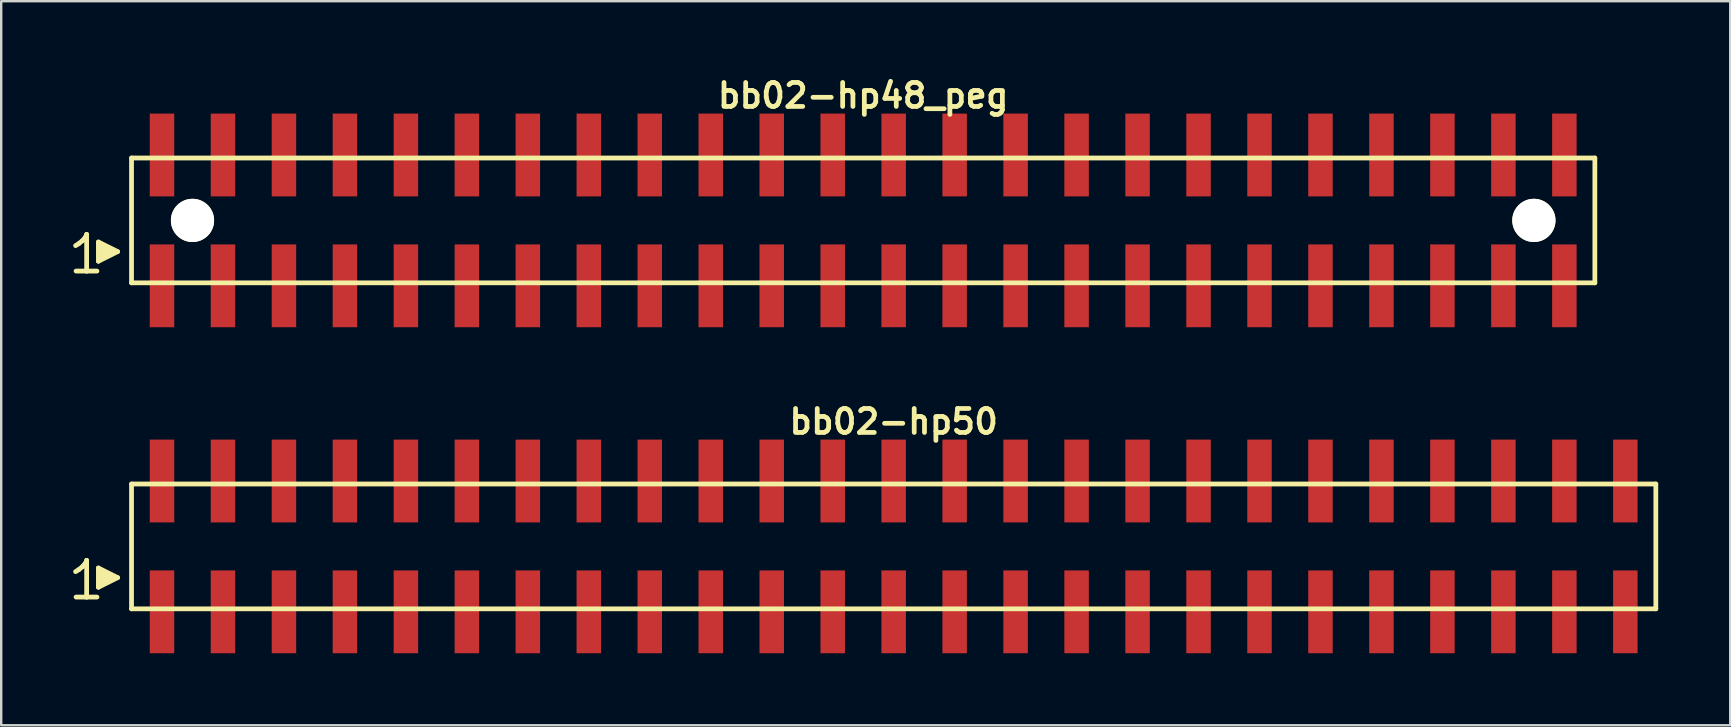
<source format=kicad_pcb>
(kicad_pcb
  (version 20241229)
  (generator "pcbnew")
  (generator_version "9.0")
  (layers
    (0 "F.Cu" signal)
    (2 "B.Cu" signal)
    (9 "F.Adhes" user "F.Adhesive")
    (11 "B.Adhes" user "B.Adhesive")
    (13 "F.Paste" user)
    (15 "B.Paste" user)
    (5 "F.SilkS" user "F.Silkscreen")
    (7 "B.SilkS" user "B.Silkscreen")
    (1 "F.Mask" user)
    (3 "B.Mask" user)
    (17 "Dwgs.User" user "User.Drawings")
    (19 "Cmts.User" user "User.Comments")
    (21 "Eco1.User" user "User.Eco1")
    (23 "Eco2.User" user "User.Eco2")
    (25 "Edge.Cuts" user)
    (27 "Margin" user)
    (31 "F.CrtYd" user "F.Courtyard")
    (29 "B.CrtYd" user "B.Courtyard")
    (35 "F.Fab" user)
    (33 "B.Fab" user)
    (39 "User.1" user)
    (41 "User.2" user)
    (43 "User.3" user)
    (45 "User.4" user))
  (footprint "bb02-hp48_peg"
    (layer "F.Cu")
    (at 32.909 6.132)
    (property "Reference" "bb02-hp48_peg" (at 0 -5.2 0) (layer "F.SilkS") (effects (font (size 0.998 0.998) (thickness 0.198))))
    (attr smd)
    (fp_line (start -32.81 1.05) (end -32.68 0.97) (stroke (width 0.198) (type solid)) (layer "F.SilkS"))
    (fp_line (start -32.68 0.97) (end -32.52 0.84) (stroke (width 0.198) (type solid)) (layer "F.SilkS"))
    (fp_line (start -32.52 0.84) (end -32.38 0.67) (stroke (width 0.198) (type solid)) (layer "F.SilkS"))
    (fp_line (start -32.38 0.67) (end -32.35 0.58) (stroke (width 0.198) (type solid)) (layer "F.SilkS"))
    (fp_line (start -32.35 0.58) (end -32.35 2.11) (stroke (width 0.198) (type solid)) (layer "F.SilkS"))
    (fp_line (start -32.35 2.11) (end -32.79 2.11) (stroke (width 0.198) (type solid)) (layer "F.SilkS"))
    (fp_line (start -31.92 2.11) (end -32.36 2.11) (stroke (width 0.198) (type solid)) (layer "F.SilkS"))
    (fp_line (start -31.86 0.9) (end -31.06 1.3) (stroke (width 0.198) (type solid)) (layer "F.SilkS"))
    (fp_line (start -31.86 1.7) (end -31.86 0.9) (stroke (width 0.198) (type solid)) (layer "F.SilkS"))
    (fp_line (start -31.76 1.6) (end -31.76 1) (stroke (width 0.198) (type solid)) (layer "F.SilkS"))
    (fp_line (start -31.66 1.1) (end -31.66 1.5) (stroke (width 0.198) (type solid)) (layer "F.SilkS"))
    (fp_line (start -31.56 1.5) (end -31.56 1.1) (stroke (width 0.198) (type solid)) (layer "F.SilkS"))
    (fp_line (start -31.46 1.2) (end -31.46 1.4) (stroke (width 0.198) (type solid)) (layer "F.SilkS"))
    (fp_line (start -31.36 1.4) (end -31.36 1.2) (stroke (width 0.198) (type solid)) (layer "F.SilkS"))
    (fp_line (start -31.06 1.3) (end -31.86 1.7) (stroke (width 0.198) (type solid)) (layer "F.SilkS"))
    (fp_line (start -30.48 -2.6) (end -30.48 2.6) (stroke (width 0.198) (type solid)) (layer "F.SilkS"))
    (fp_line (start -30.48 -2.6) (end 30.48 -2.6) (stroke (width 0.198) (type solid)) (layer "F.SilkS"))
    (fp_line (start 30.48 2.6) (end -30.48 2.6) (stroke (width 0.198) (type solid)) (layer "F.SilkS"))
    (fp_line (start 30.48 2.6) (end 30.48 -2.6) (stroke (width 0.198) (type solid)) (layer "F.SilkS"))
    (pad "" np_thru_hole circle (at -27.94 0) (size 1.8 1.8) (drill 1.8) (layers "*.Cu" "*.Mask" "F.SilkS"))
    (pad "" np_thru_hole circle (at 27.94 0) (size 1.8 1.8) (drill 1.8) (layers "*.Cu" "*.Mask" "F.SilkS"))
    (pad "1" smd rect (at -29.21 2.725) (size 1.02 3.45) (layers "F.Cu" "F.Mask" "F.Paste"))
    (pad "2" smd rect (at -29.21 -2.725) (size 1.02 3.45) (layers "F.Cu" "F.Mask" "F.Paste"))
    (pad "3" smd rect (at -26.67 2.725) (size 1.02 3.45) (layers "F.Cu" "F.Mask" "F.Paste"))
    (pad "4" smd rect (at -26.67 -2.725) (size 1.02 3.45) (layers "F.Cu" "F.Mask" "F.Paste"))
    (pad "5" smd rect (at -24.13 2.725) (size 1.02 3.45) (layers "F.Cu" "F.Mask" "F.Paste"))
    (pad "6" smd rect (at -24.13 -2.725) (size 1.02 3.45) (layers "F.Cu" "F.Mask" "F.Paste"))
    (pad "7" smd rect (at -21.59 2.725) (size 1.02 3.45) (layers "F.Cu" "F.Mask" "F.Paste"))
    (pad "8" smd rect (at -21.59 -2.725) (size 1.02 3.45) (layers "F.Cu" "F.Mask" "F.Paste"))
    (pad "9" smd rect (at -19.05 2.725) (size 1.02 3.45) (layers "F.Cu" "F.Mask" "F.Paste"))
    (pad "10" smd rect (at -19.05 -2.725) (size 1.02 3.45) (layers "F.Cu" "F.Mask" "F.Paste"))
    (pad "11" smd rect (at -16.51 2.725) (size 1.02 3.45) (layers "F.Cu" "F.Mask" "F.Paste"))
    (pad "12" smd rect (at -16.51 -2.725) (size 1.02 3.45) (layers "F.Cu" "F.Mask" "F.Paste"))
    (pad "13" smd rect (at -13.97 2.725) (size 1.02 3.45) (layers "F.Cu" "F.Mask" "F.Paste"))
    (pad "14" smd rect (at -13.97 -2.725) (size 1.02 3.45) (layers "F.Cu" "F.Mask" "F.Paste"))
    (pad "15" smd rect (at -11.43 2.725) (size 1.02 3.45) (layers "F.Cu" "F.Mask" "F.Paste"))
    (pad "16" smd rect (at -11.43 -2.725) (size 1.02 3.45) (layers "F.Cu" "F.Mask" "F.Paste"))
    (pad "17" smd rect (at -8.89 2.725) (size 1.02 3.45) (layers "F.Cu" "F.Mask" "F.Paste"))
    (pad "18" smd rect (at -8.89 -2.725) (size 1.02 3.45) (layers "F.Cu" "F.Mask" "F.Paste"))
    (pad "19" smd rect (at -6.35 2.725) (size 1.02 3.45) (layers "F.Cu" "F.Mask" "F.Paste"))
    (pad "20" smd rect (at -6.35 -2.725) (size 1.02 3.45) (layers "F.Cu" "F.Mask" "F.Paste"))
    (pad "21" smd rect (at -3.81 2.725) (size 1.02 3.45) (layers "F.Cu" "F.Mask" "F.Paste"))
    (pad "22" smd rect (at -3.81 -2.725) (size 1.02 3.45) (layers "F.Cu" "F.Mask" "F.Paste"))
    (pad "23" smd rect (at -1.27 2.725) (size 1.02 3.45) (layers "F.Cu" "F.Mask" "F.Paste"))
    (pad "24" smd rect (at -1.27 -2.725) (size 1.02 3.45) (layers "F.Cu" "F.Mask" "F.Paste"))
    (pad "25" smd rect (at 1.27 2.725) (size 1.02 3.45) (layers "F.Cu" "F.Mask" "F.Paste"))
    (pad "26" smd rect (at 1.27 -2.725) (size 1.02 3.45) (layers "F.Cu" "F.Mask" "F.Paste"))
    (pad "27" smd rect (at 3.81 2.725) (size 1.02 3.45) (layers "F.Cu" "F.Mask" "F.Paste"))
    (pad "28" smd rect (at 3.81 -2.725) (size 1.02 3.45) (layers "F.Cu" "F.Mask" "F.Paste"))
    (pad "29" smd rect (at 6.35 2.725) (size 1.02 3.45) (layers "F.Cu" "F.Mask" "F.Paste"))
    (pad "30" smd rect (at 6.35 -2.725) (size 1.02 3.45) (layers "F.Cu" "F.Mask" "F.Paste"))
    (pad "31" smd rect (at 8.89 2.725) (size 1.02 3.45) (layers "F.Cu" "F.Mask" "F.Paste"))
    (pad "32" smd rect (at 8.89 -2.725) (size 1.02 3.45) (layers "F.Cu" "F.Mask" "F.Paste"))
    (pad "33" smd rect (at 11.43 2.725) (size 1.02 3.45) (layers "F.Cu" "F.Mask" "F.Paste"))
    (pad "34" smd rect (at 11.43 -2.725) (size 1.02 3.45) (layers "F.Cu" "F.Mask" "F.Paste"))
    (pad "35" smd rect (at 13.97 2.725) (size 1.02 3.45) (layers "F.Cu" "F.Mask" "F.Paste"))
    (pad "36" smd rect (at 13.97 -2.725) (size 1.02 3.45) (layers "F.Cu" "F.Mask" "F.Paste"))
    (pad "37" smd rect (at 16.51 2.725) (size 1.02 3.45) (layers "F.Cu" "F.Mask" "F.Paste"))
    (pad "38" smd rect (at 16.51 -2.725) (size 1.02 3.45) (layers "F.Cu" "F.Mask" "F.Paste"))
    (pad "39" smd rect (at 19.05 2.725) (size 1.02 3.45) (layers "F.Cu" "F.Mask" "F.Paste"))
    (pad "40" smd rect (at 19.05 -2.725) (size 1.02 3.45) (layers "F.Cu" "F.Mask" "F.Paste"))
    (pad "41" smd rect (at 21.59 2.725) (size 1.02 3.45) (layers "F.Cu" "F.Mask" "F.Paste"))
    (pad "42" smd rect (at 21.59 -2.725) (size 1.02 3.45) (layers "F.Cu" "F.Mask" "F.Paste"))
    (pad "43" smd rect (at 24.13 2.725) (size 1.02 3.45) (layers "F.Cu" "F.Mask" "F.Paste"))
    (pad "44" smd rect (at 24.13 -2.725) (size 1.02 3.45) (layers "F.Cu" "F.Mask" "F.Paste"))
    (pad "45" smd rect (at 26.67 2.725) (size 1.02 3.45) (layers "F.Cu" "F.Mask" "F.Paste"))
    (pad "46" smd rect (at 26.67 -2.725) (size 1.02 3.45) (layers "F.Cu" "F.Mask" "F.Paste"))
    (pad "47" smd rect (at 29.21 2.725) (size 1.02 3.45) (layers "F.Cu" "F.Mask" "F.Paste"))
    (pad "48" smd rect (at 29.21 -2.725) (size 1.02 3.45) (layers "F.Cu" "F.Mask" "F.Paste")))
  (footprint "bb02-hp50"
    (layer "F.Cu")
    (at 34.179 19.713)
    (property "Reference" "bb02-hp50" (at 0 -5.2 0) (layer "F.SilkS") (effects (font (size 0.998 0.998) (thickness 0.198))))
    (attr smd)
    (fp_line (start -34.08 1.05) (end -33.95 0.97) (stroke (width 0.198) (type solid)) (layer "F.SilkS"))
    (fp_line (start -33.95 0.97) (end -33.79 0.84) (stroke (width 0.198) (type solid)) (layer "F.SilkS"))
    (fp_line (start -33.79 0.84) (end -33.65 0.67) (stroke (width 0.198) (type solid)) (layer "F.SilkS"))
    (fp_line (start -33.65 0.67) (end -33.62 0.58) (stroke (width 0.198) (type solid)) (layer "F.SilkS"))
    (fp_line (start -33.62 0.58) (end -33.62 2.11) (stroke (width 0.198) (type solid)) (layer "F.SilkS"))
    (fp_line (start -33.62 2.11) (end -34.06 2.11) (stroke (width 0.198) (type solid)) (layer "F.SilkS"))
    (fp_line (start -33.19 2.11) (end -33.63 2.11) (stroke (width 0.198) (type solid)) (layer "F.SilkS"))
    (fp_line (start -33.13 0.9) (end -32.33 1.3) (stroke (width 0.198) (type solid)) (layer "F.SilkS"))
    (fp_line (start -33.13 1.7) (end -33.13 0.9) (stroke (width 0.198) (type solid)) (layer "F.SilkS"))
    (fp_line (start -33.03 1.6) (end -33.03 1) (stroke (width 0.198) (type solid)) (layer "F.SilkS"))
    (fp_line (start -32.93 1.1) (end -32.93 1.5) (stroke (width 0.198) (type solid)) (layer "F.SilkS"))
    (fp_line (start -32.83 1.5) (end -32.83 1.1) (stroke (width 0.198) (type solid)) (layer "F.SilkS"))
    (fp_line (start -32.73 1.2) (end -32.73 1.4) (stroke (width 0.198) (type solid)) (layer "F.SilkS"))
    (fp_line (start -32.63 1.4) (end -32.63 1.2) (stroke (width 0.198) (type solid)) (layer "F.SilkS"))
    (fp_line (start -32.33 1.3) (end -33.13 1.7) (stroke (width 0.198) (type solid)) (layer "F.SilkS"))
    (fp_line (start -31.75 -2.6) (end -31.75 2.6) (stroke (width 0.198) (type solid)) (layer "F.SilkS"))
    (fp_line (start -31.75 -2.6) (end 31.75 -2.6) (stroke (width 0.198) (type solid)) (layer "F.SilkS"))
    (fp_line (start 31.75 2.6) (end -31.75 2.6) (stroke (width 0.198) (type solid)) (layer "F.SilkS"))
    (fp_line (start 31.75 2.6) (end 31.75 -2.6) (stroke (width 0.198) (type solid)) (layer "F.SilkS"))
    (pad "1" smd rect (at -30.48 2.725) (size 1.02 3.45) (layers "F.Cu" "F.Mask" "F.Paste"))
    (pad "2" smd rect (at -30.48 -2.725) (size 1.02 3.45) (layers "F.Cu" "F.Mask" "F.Paste"))
    (pad "3" smd rect (at -27.94 2.725) (size 1.02 3.45) (layers "F.Cu" "F.Mask" "F.Paste"))
    (pad "4" smd rect (at -27.94 -2.725) (size 1.02 3.45) (layers "F.Cu" "F.Mask" "F.Paste"))
    (pad "5" smd rect (at -25.4 2.725) (size 1.02 3.45) (layers "F.Cu" "F.Mask" "F.Paste"))
    (pad "6" smd rect (at -25.4 -2.725) (size 1.02 3.45) (layers "F.Cu" "F.Mask" "F.Paste"))
    (pad "7" smd rect (at -22.86 2.725) (size 1.02 3.45) (layers "F.Cu" "F.Mask" "F.Paste"))
    (pad "8" smd rect (at -22.86 -2.725) (size 1.02 3.45) (layers "F.Cu" "F.Mask" "F.Paste"))
    (pad "9" smd rect (at -20.32 2.725) (size 1.02 3.45) (layers "F.Cu" "F.Mask" "F.Paste"))
    (pad "10" smd rect (at -20.32 -2.725) (size 1.02 3.45) (layers "F.Cu" "F.Mask" "F.Paste"))
    (pad "11" smd rect (at -17.78 2.725) (size 1.02 3.45) (layers "F.Cu" "F.Mask" "F.Paste"))
    (pad "12" smd rect (at -17.78 -2.725) (size 1.02 3.45) (layers "F.Cu" "F.Mask" "F.Paste"))
    (pad "13" smd rect (at -15.24 2.725) (size 1.02 3.45) (layers "F.Cu" "F.Mask" "F.Paste"))
    (pad "14" smd rect (at -15.24 -2.725) (size 1.02 3.45) (layers "F.Cu" "F.Mask" "F.Paste"))
    (pad "15" smd rect (at -12.7 2.725) (size 1.02 3.45) (layers "F.Cu" "F.Mask" "F.Paste"))
    (pad "16" smd rect (at -12.7 -2.725) (size 1.02 3.45) (layers "F.Cu" "F.Mask" "F.Paste"))
    (pad "17" smd rect (at -10.16 2.725) (size 1.02 3.45) (layers "F.Cu" "F.Mask" "F.Paste"))
    (pad "18" smd rect (at -10.16 -2.725) (size 1.02 3.45) (layers "F.Cu" "F.Mask" "F.Paste"))
    (pad "19" smd rect (at -7.62 2.725) (size 1.02 3.45) (layers "F.Cu" "F.Mask" "F.Paste"))
    (pad "20" smd rect (at -7.62 -2.725) (size 1.02 3.45) (layers "F.Cu" "F.Mask" "F.Paste"))
    (pad "21" smd rect (at -5.08 2.725) (size 1.02 3.45) (layers "F.Cu" "F.Mask" "F.Paste"))
    (pad "22" smd rect (at -5.08 -2.725) (size 1.02 3.45) (layers "F.Cu" "F.Mask" "F.Paste"))
    (pad "23" smd rect (at -2.54 2.725) (size 1.02 3.45) (layers "F.Cu" "F.Mask" "F.Paste"))
    (pad "24" smd rect (at -2.54 -2.725) (size 1.02 3.45) (layers "F.Cu" "F.Mask" "F.Paste"))
    (pad "25" smd rect (at 0 2.725) (size 1.02 3.45) (layers "F.Cu" "F.Mask" "F.Paste"))
    (pad "26" smd rect (at 0 -2.725) (size 1.02 3.45) (layers "F.Cu" "F.Mask" "F.Paste"))
    (pad "27" smd rect (at 2.54 2.725) (size 1.02 3.45) (layers "F.Cu" "F.Mask" "F.Paste"))
    (pad "28" smd rect (at 2.54 -2.725) (size 1.02 3.45) (layers "F.Cu" "F.Mask" "F.Paste"))
    (pad "29" smd rect (at 5.08 2.725) (size 1.02 3.45) (layers "F.Cu" "F.Mask" "F.Paste"))
    (pad "30" smd rect (at 5.08 -2.725) (size 1.02 3.45) (layers "F.Cu" "F.Mask" "F.Paste"))
    (pad "31" smd rect (at 7.62 2.725) (size 1.02 3.45) (layers "F.Cu" "F.Mask" "F.Paste"))
    (pad "32" smd rect (at 7.62 -2.725) (size 1.02 3.45) (layers "F.Cu" "F.Mask" "F.Paste"))
    (pad "33" smd rect (at 10.16 2.725) (size 1.02 3.45) (layers "F.Cu" "F.Mask" "F.Paste"))
    (pad "34" smd rect (at 10.16 -2.725) (size 1.02 3.45) (layers "F.Cu" "F.Mask" "F.Paste"))
    (pad "35" smd rect (at 12.7 2.725) (size 1.02 3.45) (layers "F.Cu" "F.Mask" "F.Paste"))
    (pad "36" smd rect (at 12.7 -2.725) (size 1.02 3.45) (layers "F.Cu" "F.Mask" "F.Paste"))
    (pad "37" smd rect (at 15.24 2.725) (size 1.02 3.45) (layers "F.Cu" "F.Mask" "F.Paste"))
    (pad "38" smd rect (at 15.24 -2.725) (size 1.02 3.45) (layers "F.Cu" "F.Mask" "F.Paste"))
    (pad "39" smd rect (at 17.78 2.725) (size 1.02 3.45) (layers "F.Cu" "F.Mask" "F.Paste"))
    (pad "40" smd rect (at 17.78 -2.725) (size 1.02 3.45) (layers "F.Cu" "F.Mask" "F.Paste"))
    (pad "41" smd rect (at 20.32 2.725) (size 1.02 3.45) (layers "F.Cu" "F.Mask" "F.Paste"))
    (pad "42" smd rect (at 20.32 -2.725) (size 1.02 3.45) (layers "F.Cu" "F.Mask" "F.Paste"))
    (pad "43" smd rect (at 22.86 2.725) (size 1.02 3.45) (layers "F.Cu" "F.Mask" "F.Paste"))
    (pad "44" smd rect (at 22.86 -2.725) (size 1.02 3.45) (layers "F.Cu" "F.Mask" "F.Paste"))
    (pad "45" smd rect (at 25.4 2.725) (size 1.02 3.45) (layers "F.Cu" "F.Mask" "F.Paste"))
    (pad "46" smd rect (at 25.4 -2.725) (size 1.02 3.45) (layers "F.Cu" "F.Mask" "F.Paste"))
    (pad "47" smd rect (at 27.94 2.725) (size 1.02 3.45) (layers "F.Cu" "F.Mask" "F.Paste"))
    (pad "48" smd rect (at 27.94 -2.725) (size 1.02 3.45) (layers "F.Cu" "F.Mask" "F.Paste"))
    (pad "49" smd rect (at 30.48 2.725) (size 1.02 3.45) (layers "F.Cu" "F.Mask" "F.Paste"))
    (pad "50" smd rect (at 30.48 -2.725) (size 1.02 3.45) (layers "F.Cu" "F.Mask" "F.Paste")))
  (gr_rect
    (start -3 -3)
    (end 69.028 27.163)
    (stroke (width 0.1) (type default))
    (fill no)
    (layer "Edge.Cuts")))
</source>
